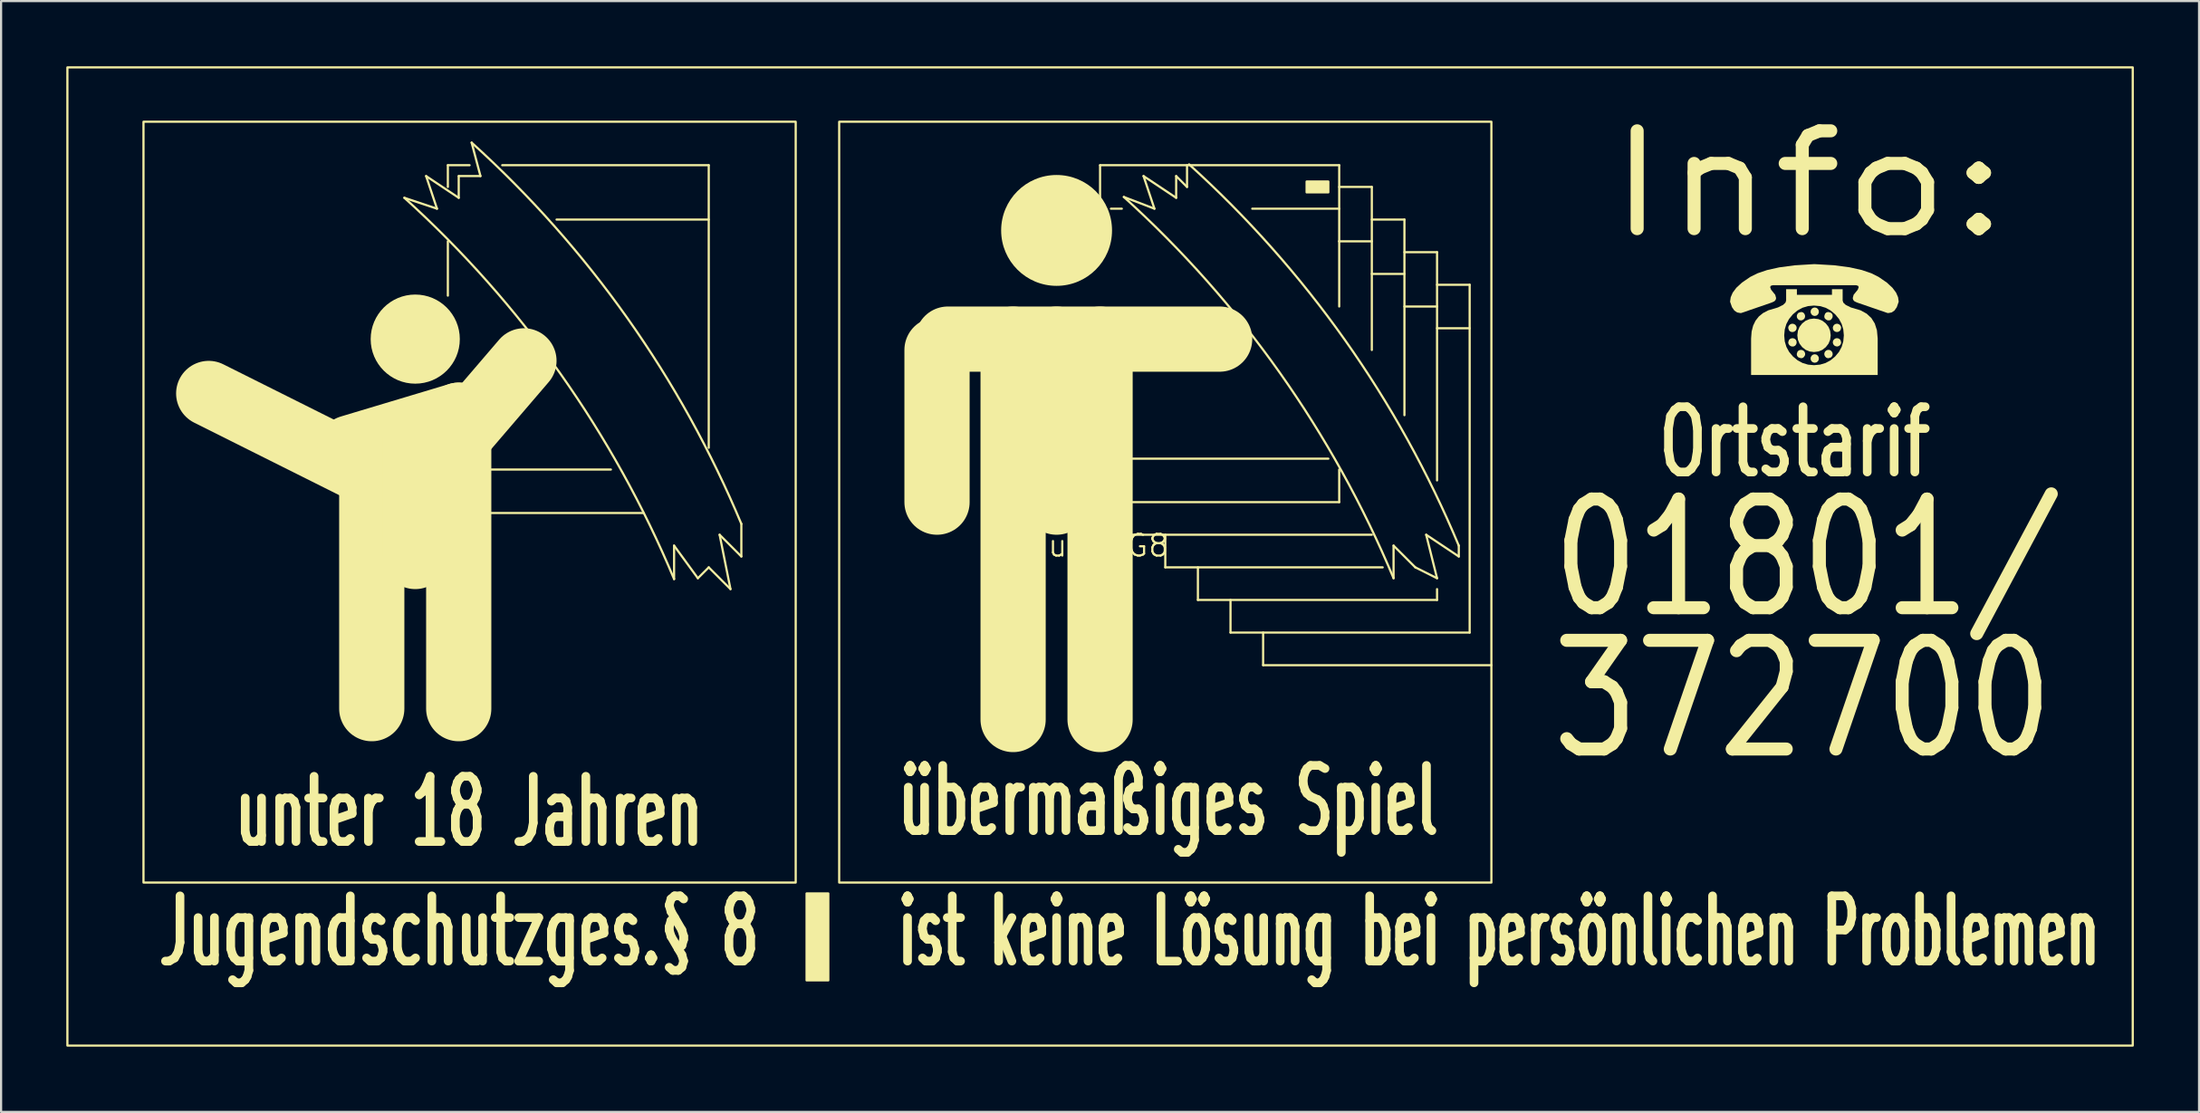
<source format=kicad_pcb>
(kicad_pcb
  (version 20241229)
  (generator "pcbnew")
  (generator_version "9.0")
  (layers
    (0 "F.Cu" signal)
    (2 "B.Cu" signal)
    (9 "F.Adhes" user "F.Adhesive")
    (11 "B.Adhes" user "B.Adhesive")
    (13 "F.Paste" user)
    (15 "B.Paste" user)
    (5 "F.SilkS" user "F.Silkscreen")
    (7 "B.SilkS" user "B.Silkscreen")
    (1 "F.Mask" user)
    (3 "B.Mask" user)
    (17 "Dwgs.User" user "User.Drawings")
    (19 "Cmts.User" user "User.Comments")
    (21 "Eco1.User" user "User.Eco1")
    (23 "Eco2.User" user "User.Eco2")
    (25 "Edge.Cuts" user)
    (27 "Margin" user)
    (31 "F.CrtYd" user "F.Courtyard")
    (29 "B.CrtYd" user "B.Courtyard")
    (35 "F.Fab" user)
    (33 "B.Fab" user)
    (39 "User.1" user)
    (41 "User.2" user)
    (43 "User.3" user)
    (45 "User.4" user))
  (footprint "JuSchG8"
    (layer "F.Cu")
    (at 47.55 22.55)
    (property "Reference" "JuSchG8" (at 0 -0.5 0) (unlocked yes) (layer "F.SilkS") (effects (font (size 1 1) (thickness 0.1))))
    (attr smd)
    (fp_line (start -41 -7.5) (end -34 -4) (stroke (width 3) (type solid)) (layer "F.SilkS"))
    (fp_line (start -34.5 -5) (end -29.5 -6.5) (stroke (width 3) (type solid)) (layer "F.SilkS"))
    (fp_line (start -33.5 7) (end -33.5 -5) (stroke (width 3) (type solid)) (layer "F.SilkS"))
    (fp_line (start -32 -16.5) (end -30.5 -16) (stroke (width 0.1) (type default)) (layer "F.SilkS"))
    (fp_line (start -31.5 -5.5) (end -31.5 0) (stroke (width 3) (type solid)) (layer "F.SilkS"))
    (fp_line (start -31 -17.5) (end -29.5 -16.5) (stroke (width 0.1) (type default)) (layer "F.SilkS"))
    (fp_line (start -30.5 -16) (end -31 -17.5) (stroke (width 0.1) (type default)) (layer "F.SilkS"))
    (fp_line (start -30 -18) (end -30 -17) (stroke (width 0.1) (type default)) (layer "F.SilkS"))
    (fp_line (start -30 -14.5) (end -30 -12) (stroke (width 0.1) (type default)) (layer "F.SilkS"))
    (fp_line (start -29.5 -17.5) (end -28.5 -17.5) (stroke (width 0.1) (type default)) (layer "F.SilkS"))
    (fp_line (start -29.5 -16.5) (end -29.5 -17.5) (stroke (width 0.1) (type default)) (layer "F.SilkS"))
    (fp_line (start -29.5 7) (end -29.5 -6.5) (stroke (width 3) (type solid)) (layer "F.SilkS"))
    (fp_line (start -29 -18) (end -30 -18) (stroke (width 0.1) (type default)) (layer "F.SilkS"))
    (fp_line (start -28.5 -17.5) (end -28.906 -19.039) (stroke (width 0.1) (type default)) (layer "F.SilkS"))
    (fp_line (start -28 -2) (end -21 -2) (stroke (width 0.1) (type default)) (layer "F.SilkS"))
    (fp_line (start -26.5 -9) (end -29.5 -5.5) (stroke (width 3) (type solid)) (layer "F.SilkS"))
    (fp_line (start -22.5 -4) (end -28 -4) (stroke (width 0.1) (type default)) (layer "F.SilkS"))
    (fp_line (start -19.594 -0.5) (end -18.5 1) (stroke (width 0.1) (type default)) (layer "F.SilkS"))
    (fp_line (start -19.594 1.039) (end -19.594 -0.5) (stroke (width 0.1) (type default)) (layer "F.SilkS"))
    (fp_line (start -18.5 1) (end -18 0.5) (stroke (width 0.1) (type default)) (layer "F.SilkS"))
    (fp_line (start -18 -18) (end -27.5 -18) (stroke (width 0.1) (type default)) (layer "F.SilkS"))
    (fp_line (start -18 -15.5) (end -25 -15.5) (stroke (width 0.1) (type default)) (layer "F.SilkS"))
    (fp_line (start -18 -5) (end -18 -18) (stroke (width 0.1) (type default)) (layer "F.SilkS"))
    (fp_line (start -18 0.5) (end -17 1.5) (stroke (width 0.1) (type default)) (layer "F.SilkS"))
    (fp_line (start -17.5 -1) (end -16.5 0) (stroke (width 0.1) (type default)) (layer "F.SilkS"))
    (fp_line (start -17 1.5) (end -17.5 -1) (stroke (width 0.1) (type default)) (layer "F.SilkS"))
    (fp_line (start -16.5 0) (end -16.5 -1.5) (stroke (width 0.1) (type default)) (layer "F.SilkS"))
    (fp_line (start -7.5 -2.5) (end -7.5 -9.5) (stroke (width 3) (type solid)) (layer "F.SilkS"))
    (fp_line (start -7 -10) (end 5.5 -10) (stroke (width 3) (type solid)) (layer "F.SilkS"))
    (fp_line (start -4 7.5) (end -4 -10) (stroke (width 3) (type solid)) (layer "F.SilkS"))
    (fp_line (start -2 -10) (end -2 -2.5) (stroke (width 3) (type solid)) (layer "F.SilkS"))
    (fp_line (start 0 -18) (end 0 -16.5) (stroke (width 0.1) (type default)) (layer "F.SilkS"))
    (fp_line (start 0 7.5) (end 0 -10) (stroke (width 3) (type solid)) (layer "F.SilkS"))
    (fp_line (start 0.5 -16) (end 1 -16) (stroke (width 0.1) (type default)) (layer "F.SilkS"))
    (fp_line (start 1.094 -16.539) (end 2.5 -16) (stroke (width 0.1) (type default)) (layer "F.SilkS"))
    (fp_line (start 1.5 -4.5) (end 10.5 -4.5) (stroke (width 0.1) (type default)) (layer "F.SilkS"))
    (fp_line (start 1.5 -2.5) (end 11 -2.5) (stroke (width 0.1) (type default)) (layer "F.SilkS"))
    (fp_line (start 1.5 -1) (end 12.5 -1) (stroke (width 0.1) (type default)) (layer "F.SilkS"))
    (fp_line (start 2 -17.5) (end 3.5 -16.5) (stroke (width 0.1) (type default)) (layer "F.SilkS"))
    (fp_line (start 2.5 -16) (end 2 -17.5) (stroke (width 0.1) (type default)) (layer "F.SilkS"))
    (fp_line (start 3 -1) (end 3 0.5) (stroke (width 0.1) (type default)) (layer "F.SilkS"))
    (fp_line (start 3 0.5) (end 13 0.5) (stroke (width 0.1) (type default)) (layer "F.SilkS"))
    (fp_line (start 3.5 -17.5) (end 4 -17) (stroke (width 0.1) (type default)) (layer "F.SilkS"))
    (fp_line (start 3.5 -16.5) (end 3.5 -17.5) (stroke (width 0.1) (type default)) (layer "F.SilkS"))
    (fp_line (start 4 -17) (end 4 -18) (stroke (width 0.1) (type default)) (layer "F.SilkS"))
    (fp_line (start 4.5 0.5) (end 4.5 2) (stroke (width 0.1) (type default)) (layer "F.SilkS"))
    (fp_line (start 4.5 2) (end 15.5 2) (stroke (width 0.1) (type default)) (layer "F.SilkS"))
    (fp_line (start 6 2) (end 6 3.5) (stroke (width 0.1) (type default)) (layer "F.SilkS"))
    (fp_line (start 6 3.5) (end 17 3.5) (stroke (width 0.1) (type default)) (layer "F.SilkS"))
    (fp_line (start 7.5 3.5) (end 7.5 5) (stroke (width 0.1) (type default)) (layer "F.SilkS"))
    (fp_line (start 7.5 5) (end 18 5) (stroke (width 0.1) (type default)) (layer "F.SilkS"))
    (fp_line (start 11 -18) (end 0 -18) (stroke (width 0.1) (type default)) (layer "F.SilkS"))
    (fp_line (start 11 -16) (end 7 -16) (stroke (width 0.1) (type default)) (layer "F.SilkS"))
    (fp_line (start 11 -14.5) (end 11 -18) (stroke (width 0.1) (type default)) (layer "F.SilkS"))
    (fp_line (start 11 -14.5) (end 11 -11.5) (stroke (width 0.1) (type default)) (layer "F.SilkS"))
    (fp_line (start 11 -2.5) (end 11 -4) (stroke (width 0.1) (type default)) (layer "F.SilkS"))
    (fp_line (start 12.5 -17) (end 11 -17) (stroke (width 0.1) (type default)) (layer "F.SilkS"))
    (fp_line (start 12.5 -17) (end 12.5 -9.5) (stroke (width 0.1) (type default)) (layer "F.SilkS"))
    (fp_line (start 12.5 -14.5) (end 11 -14.5) (stroke (width 0.1) (type default)) (layer "F.SilkS"))
    (fp_line (start 13.5 -0.5) (end 14.5 0.5) (stroke (width 0.1) (type default)) (layer "F.SilkS"))
    (fp_line (start 13.5 1) (end 13.5 -0.5) (stroke (width 0.1) (type default)) (layer "F.SilkS"))
    (fp_line (start 14 -15.5) (end 12.5 -15.5) (stroke (width 0.1) (type default)) (layer "F.SilkS"))
    (fp_line (start 14 -13) (end 12.5 -13) (stroke (width 0.1) (type default)) (layer "F.SilkS"))
    (fp_line (start 14 -6.5) (end 14 -15.5) (stroke (width 0.1) (type default)) (layer "F.SilkS"))
    (fp_line (start 14.5 0.5) (end 15.5 1) (stroke (width 0.1) (type default)) (layer "F.SilkS"))
    (fp_line (start 15 -1) (end 16.5 0) (stroke (width 0.1) (type default)) (layer "F.SilkS"))
    (fp_line (start 15.5 -14) (end 14 -14) (stroke (width 0.1) (type default)) (layer "F.SilkS"))
    (fp_line (start 15.5 -11.5) (end 14 -11.5) (stroke (width 0.1) (type default)) (layer "F.SilkS"))
    (fp_line (start 15.5 -3.5) (end 15.5 -14) (stroke (width 0.1) (type default)) (layer "F.SilkS"))
    (fp_line (start 15.5 1) (end 15 -1) (stroke (width 0.1) (type default)) (layer "F.SilkS"))
    (fp_line (start 15.5 2) (end 15.5 1.5) (stroke (width 0.1) (type default)) (layer "F.SilkS"))
    (fp_line (start 16.5 0) (end 16.5 -0.5) (stroke (width 0.1) (type default)) (layer "F.SilkS"))
    (fp_line (start 17 -12.5) (end 15.5 -12.5) (stroke (width 0.1) (type default)) (layer "F.SilkS"))
    (fp_line (start 17 -10.5) (end 15.5 -10.5) (stroke (width 0.1) (type default)) (layer "F.SilkS"))
    (fp_line (start 17 3.5) (end 17 -12.5) (stroke (width 0.1) (type default)) (layer "F.SilkS"))
    (fp_rect (start -47.5 -22.5) (end 47.5 22.5) (stroke (width 0.1) (type default)) (fill no) (layer "F.SilkS"))
    (fp_rect (start -44 -20) (end -14 15) (stroke (width 0.1) (type default)) (fill no) (layer "F.SilkS"))
    (fp_rect (start -13.5 15.5) (end -12.5 19.5) (stroke (width 0.1) (type solid)) (fill yes) (layer "F.SilkS"))
    (fp_rect (start -12 -20) (end 18 15) (stroke (width 0.1) (type default)) (fill no) (layer "F.SilkS"))
    (fp_rect (start 9.5 -17.25) (end 10.5 -16.75) (stroke (width 0.1) (type solid)) (fill yes) (layer "F.SilkS"))
    (fp_arc (start -32 -16.5) (mid -24.827954 -8.415782) (end -19.593669 1.039115) (stroke (width 0.1) (type default)) (layer "F.SilkS"))
    (fp_arc (start -28.906331 -19.039115) (mid -21.734285 -10.954897) (end -16.5 -1.5) (stroke (width 0.1) (type default)) (layer "F.SilkS"))
    (fp_arc (start 1.093669 -16.539115) (mid 8.265715 -8.454897) (end 13.5 1) (stroke (width 0.1) (type default)) (layer "F.SilkS"))
    (fp_arc (start 4.093669 -18.039115) (mid 11.265715 -9.954897) (end 16.5 -0.5) (stroke (width 0.1) (type default)) (layer "F.SilkS"))
    (fp_circle (center -31.5 -10) (end -29.5 -10) (stroke (width 0.1) (type solid)) (fill yes) (layer "F.SilkS"))
    (fp_circle (center -2 -15) (end 0.5 -15) (stroke (width 0.1) (type solid)) (fill yes) (layer "F.SilkS"))
    (fp_text user "Info:" (at 23 -14.5 0) (unlocked yes) (layer "F.SilkS") (effects (font (size 4.5 5.5) (thickness 0.6)) (justify left bottom)))
    (fp_text user "übermaßiges Spiel" (at -9.5 13 0) (unlocked yes) (layer "F.SilkS") (effects (font (size 3 1.75) (thickness 0.4) (bold yes)) (justify left bottom)))
    (fp_text user "Ortstarif" (at 25.5 -3.5 0) (unlocked yes) (layer "F.SilkS") (effects (font (size 3 2) (thickness 0.4) (bold yes)) (justify left bottom)))
    (fp_text user "372700" (at 20.5 9.5 0) (unlocked yes) (layer "F.SilkS") (effects (font (size 5 4) (thickness 0.6)) (justify left bottom)))
    (fp_text user "01801/" (at 20.5 3 0) (unlocked yes) (layer "F.SilkS") (effects (font (size 5 4) (thickness 0.6)) (justify left bottom)))
    (fp_text user "ist keine Lösung bei persönlichen Problemen" (at -9.5 19 0) (unlocked yes) (layer "F.SilkS") (effects (font (size 3 1.6) (thickness 0.4) (bold yes)) (justify left bottom)))
    (fp_text user "☎" (at 28.5 -7.5 0) (unlocked yes) (layer "F.SilkS") (effects (font (face "Symbola") (size 5 5) (thickness 0.5)) (justify left bottom)))
    (fp_text user "Jugendschutzges.§ 8" (at -43.5 19 0) (unlocked yes) (layer "F.SilkS") (effects (font (size 3 1.75) (thickness 0.4) (bold yes)) (justify left bottom)))
    (fp_text user "unter 18 Jahren" (at -40 13.5 0) (unlocked yes) (layer "F.SilkS") (effects (font (size 3 1.75) (thickness 0.4) (bold yes)) (justify left bottom))))
  (gr_rect
    (start -3 -3)
    (end 98.1 48.1)
    (stroke (width 0.1) (type default))
    (fill no)
    (layer "Edge.Cuts")))
</source>
